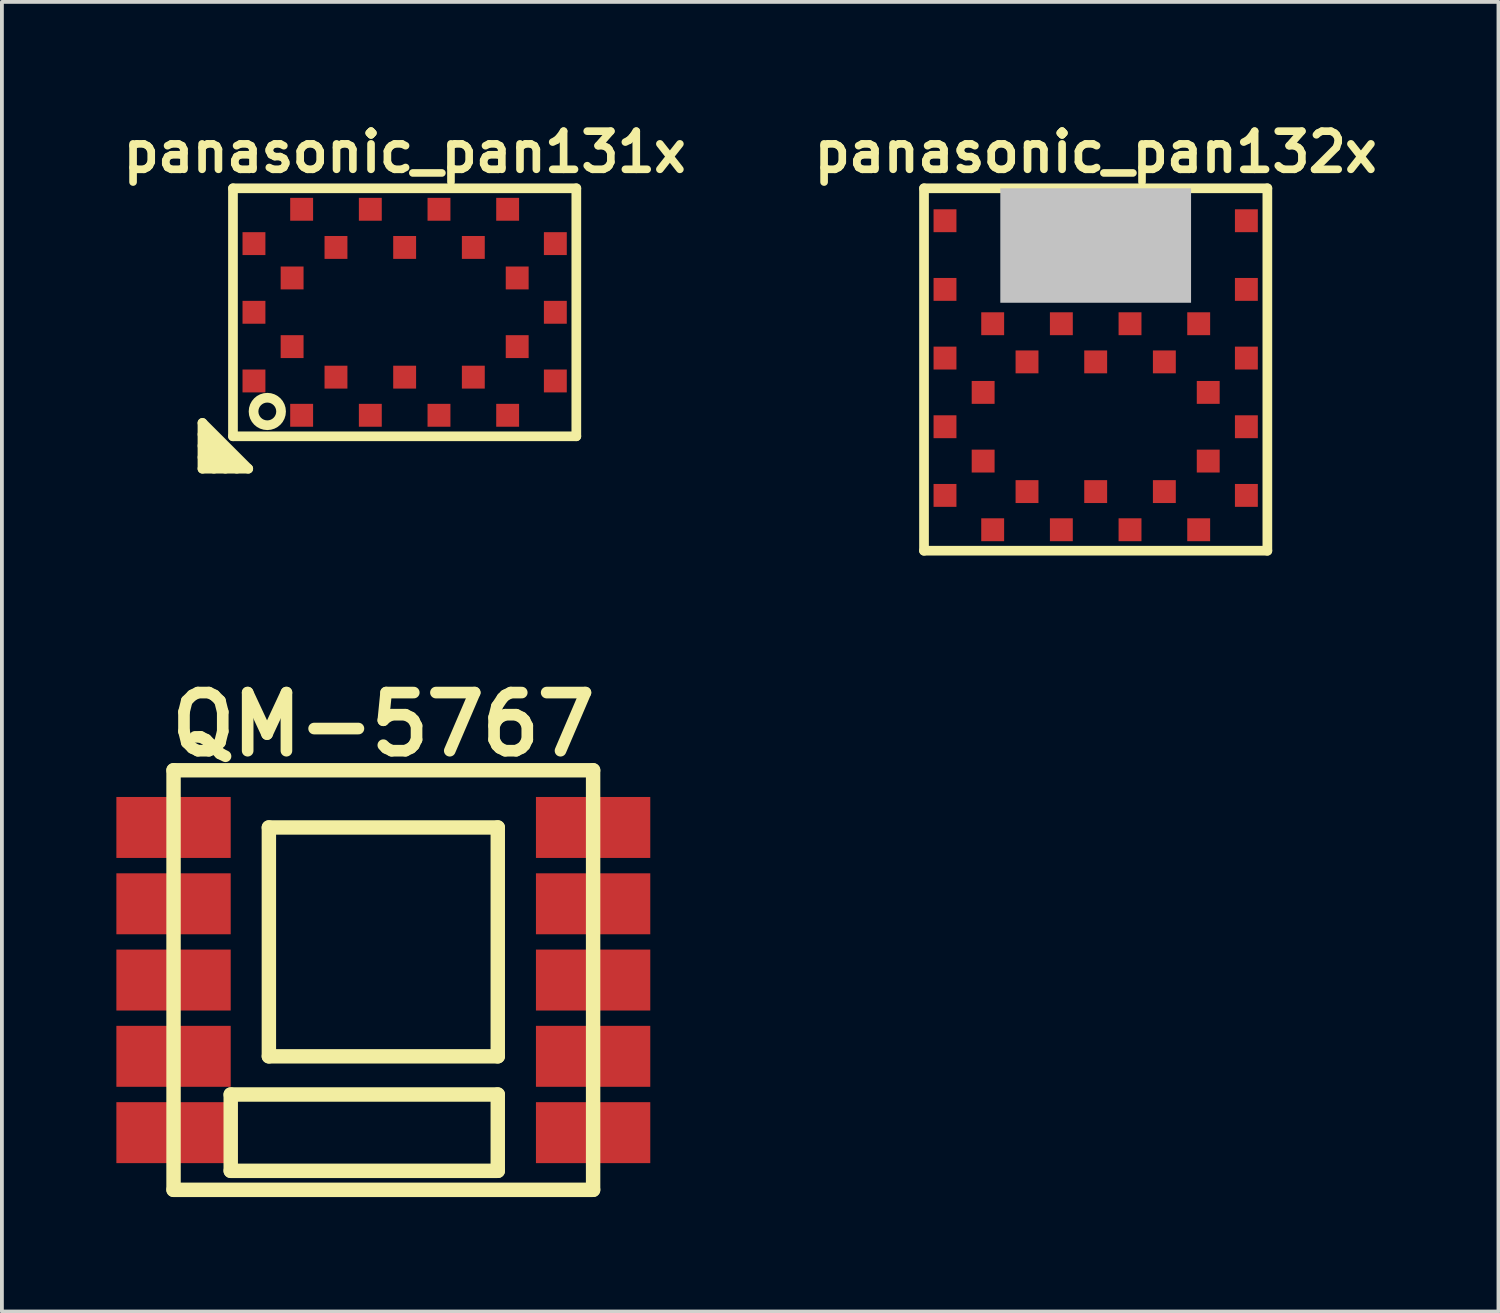
<source format=kicad_pcb>
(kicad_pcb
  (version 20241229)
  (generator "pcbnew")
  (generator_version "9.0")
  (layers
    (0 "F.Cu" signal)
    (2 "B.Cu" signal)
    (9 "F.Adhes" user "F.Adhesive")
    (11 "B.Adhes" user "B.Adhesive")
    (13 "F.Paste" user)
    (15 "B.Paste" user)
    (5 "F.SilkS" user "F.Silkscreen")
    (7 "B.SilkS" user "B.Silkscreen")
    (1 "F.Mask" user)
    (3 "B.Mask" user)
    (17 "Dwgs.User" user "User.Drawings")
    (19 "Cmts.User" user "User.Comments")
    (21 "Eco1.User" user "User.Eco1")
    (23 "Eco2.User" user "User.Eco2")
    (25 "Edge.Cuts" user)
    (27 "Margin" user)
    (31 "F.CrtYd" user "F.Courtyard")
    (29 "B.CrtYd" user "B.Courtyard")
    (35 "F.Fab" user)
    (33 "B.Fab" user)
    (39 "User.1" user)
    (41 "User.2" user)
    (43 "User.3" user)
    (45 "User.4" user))
  (footprint "QM-5767"
    (layer "F.Cu")
    (at 6.998 22.64)
    (property "Reference" "QM-5767" (at 0 -6.701 0) (layer "F.SilkS") (effects (font (size 1.524 1.524) (thickness 0.305))))
    (attr through_hole)
    (fp_line (start -5.499 -5.499) (end 5.499 -5.499) (stroke (width 0.378) (type solid)) (layer "F.SilkS"))
    (fp_line (start -5.499 5.499) (end -5.499 -5.499) (stroke (width 0.378) (type solid)) (layer "F.SilkS"))
    (fp_line (start -4 3) (end -4 5.001) (stroke (width 0.378) (type solid)) (layer "F.SilkS"))
    (fp_line (start -4 5.001) (end 3 5.001) (stroke (width 0.378) (type solid)) (layer "F.SilkS"))
    (fp_line (start -3 -4) (end 3 -4) (stroke (width 0.378) (type solid)) (layer "F.SilkS"))
    (fp_line (start -3 1.999) (end -3 -4) (stroke (width 0.378) (type solid)) (layer "F.SilkS"))
    (fp_line (start 3 -4) (end 3 1.999) (stroke (width 0.378) (type solid)) (layer "F.SilkS"))
    (fp_line (start 3 1.999) (end -3 1.999) (stroke (width 0.378) (type solid)) (layer "F.SilkS"))
    (fp_line (start 3 3) (end -4 3) (stroke (width 0.378) (type solid)) (layer "F.SilkS"))
    (fp_line (start 3 5.001) (end 3 3) (stroke (width 0.378) (type solid)) (layer "F.SilkS"))
    (fp_line (start 5.499 -5.499) (end 5.499 5.499) (stroke (width 0.378) (type solid)) (layer "F.SilkS"))
    (fp_line (start 5.499 5.499) (end -5.499 5.499) (stroke (width 0.378) (type solid)) (layer "F.SilkS"))
    (pad "1" smd rect (at -5.499 -4) (size 2.997 1.598) (layers "F.Cu" "F.Mask" "F.Paste"))
    (pad "2" smd rect (at -5.499 -1.999) (size 2.997 1.598) (layers "F.Cu" "F.Mask" "F.Paste"))
    (pad "3" smd rect (at -5.499 0) (size 2.997 1.598) (layers "F.Cu" "F.Mask" "F.Paste"))
    (pad "4" smd rect (at -5.499 1.999) (size 2.997 1.598) (layers "F.Cu" "F.Mask" "F.Paste"))
    (pad "5" smd rect (at -5.499 4) (size 2.997 1.598) (layers "F.Cu" "F.Mask" "F.Paste"))
    (pad "6" smd rect (at 5.499 4) (size 2.997 1.598) (layers "F.Cu" "F.Mask" "F.Paste"))
    (pad "7" smd rect (at 5.499 1.999) (size 2.997 1.598) (layers "F.Cu" "F.Mask" "F.Paste"))
    (pad "8" smd rect (at 5.499 0) (size 2.997 1.598) (layers "F.Cu" "F.Mask" "F.Paste"))
    (pad "9" smd rect (at 5.499 -1.999) (size 2.997 1.598) (layers "F.Cu" "F.Mask" "F.Paste"))
    (pad "10" smd rect (at 5.499 -4) (size 2.997 1.598) (layers "F.Cu" "F.Mask" "F.Paste")))
  (footprint "panasonic_pan131x"
    (layer "F.Cu")
    (at 7.557 5.136)
    (property "Reference" "panasonic_pan131x" (at 0 -4.2 0) (layer "F.SilkS") (effects (font (size 1 1) (thickness 0.2))))
    (attr through_hole)
    (fp_line (start -5.3 2.9) (end -4.1 4.1) (stroke (width 0.254) (type solid)) (layer "F.SilkS"))
    (fp_line (start -5.3 3.2) (end -4.4 4.1) (stroke (width 0.254) (type solid)) (layer "F.SilkS"))
    (fp_line (start -5.3 3.8) (end -5 4.1) (stroke (width 0.254) (type solid)) (layer "F.SilkS"))
    (fp_line (start -5.3 4.1) (end -5.3 2.9) (stroke (width 0.254) (type solid)) (layer "F.SilkS"))
    (fp_line (start -5.3 4.1) (end -4.1 4.1) (stroke (width 0.254) (type solid)) (layer "F.SilkS"))
    (fp_line (start -4.7 4.1) (end -5.3 3.5) (stroke (width 0.254) (type solid)) (layer "F.SilkS"))
    (fp_line (start -4.5 -3.25) (end -4.5 3.25) (stroke (width 0.254) (type solid)) (layer "F.SilkS"))
    (fp_line (start -4.5 -3.25) (end 4.5 -3.25) (stroke (width 0.254) (type solid)) (layer "F.SilkS"))
    (fp_line (start -4.5 3.25) (end 4.5 3.25) (stroke (width 0.254) (type solid)) (layer "F.SilkS"))
    (fp_line (start 4.5 -3.25) (end 4.5 3.25) (stroke (width 0.254) (type solid)) (layer "F.SilkS"))
    (fp_circle (center -3.6 2.6) (end -3.8 2.9) (stroke (width 0.254) (type solid)) (fill no) (layer "F.SilkS"))
    (pad "1" smd rect (at -2.7 2.7) (size 0.6 0.6) (layers "F.Cu" "F.Mask" "F.Paste"))
    (pad "2" smd rect (at -1.8 1.7) (size 0.6 0.6) (layers "F.Cu" "F.Mask" "F.Paste"))
    (pad "3" smd rect (at -0.9 2.7) (size 0.6 0.6) (layers "F.Cu" "F.Mask" "F.Paste"))
    (pad "4" smd rect (at 0 1.7) (size 0.6 0.6) (layers "F.Cu" "F.Mask" "F.Paste"))
    (pad "5" smd rect (at 0.9 2.7) (size 0.6 0.6) (layers "F.Cu" "F.Mask" "F.Paste"))
    (pad "6" smd rect (at 1.8 1.7) (size 0.6 0.6) (layers "F.Cu" "F.Mask" "F.Paste"))
    (pad "7" smd rect (at 2.7 2.7) (size 0.6 0.6) (layers "F.Cu" "F.Mask" "F.Paste"))
    (pad "8" smd rect (at 3.95 1.8) (size 0.6 0.6) (layers "F.Cu" "F.Mask" "F.Paste"))
    (pad "9" smd rect (at 2.95 0.9) (size 0.6 0.6) (layers "F.Cu" "F.Mask" "F.Paste"))
    (pad "10" smd rect (at 3.95 0) (size 0.6 0.6) (layers "F.Cu" "F.Mask" "F.Paste"))
    (pad "11" smd rect (at 2.95 -0.9) (size 0.6 0.6) (layers "F.Cu" "F.Mask" "F.Paste"))
    (pad "12" smd rect (at 3.95 -1.8) (size 0.6 0.6) (layers "F.Cu" "F.Mask" "F.Paste"))
    (pad "13" smd rect (at 2.7 -2.7) (size 0.6 0.6) (layers "F.Cu" "F.Mask" "F.Paste"))
    (pad "14" smd rect (at 1.8 -1.7) (size 0.6 0.6) (layers "F.Cu" "F.Mask" "F.Paste"))
    (pad "15" smd rect (at 0.9 -2.7) (size 0.6 0.6) (layers "F.Cu" "F.Mask" "F.Paste"))
    (pad "16" smd rect (at 0 -1.7) (size 0.6 0.6) (layers "F.Cu" "F.Mask" "F.Paste"))
    (pad "17" smd rect (at -0.9 -2.7) (size 0.6 0.6) (layers "F.Cu" "F.Mask" "F.Paste"))
    (pad "18" smd rect (at -1.8 -1.7) (size 0.6 0.6) (layers "F.Cu" "F.Mask" "F.Paste"))
    (pad "19" smd rect (at -2.7 -2.7) (size 0.6 0.6) (layers "F.Cu" "F.Mask" "F.Paste"))
    (pad "20" smd rect (at -3.95 -1.8) (size 0.6 0.6) (layers "F.Cu" "F.Mask" "F.Paste"))
    (pad "21" smd rect (at -2.95 -0.9) (size 0.6 0.6) (layers "F.Cu" "F.Mask" "F.Paste"))
    (pad "22" smd rect (at -3.95 0) (size 0.6 0.6) (layers "F.Cu" "F.Mask" "F.Paste"))
    (pad "23" smd rect (at -2.95 0.9) (size 0.6 0.6) (layers "F.Cu" "F.Mask" "F.Paste"))
    (pad "24" smd rect (at -3.95 1.8) (size 0.6 0.6) (layers "F.Cu" "F.Mask" "F.Paste")))
  (footprint "panasonic_pan132x"
    (layer "F.Cu")
    (at 25.671 8.136)
    (property "Reference" "panasonic_pan132x" (at 0 -7.2 0) (layer "F.SilkS") (effects (font (size 1 1) (thickness 0.2))))
    (attr through_hole)
    (fp_line (start -4.5 -6.25) (end -4.5 3.25) (stroke (width 0.254) (type solid)) (layer "F.SilkS"))
    (fp_line (start -4.5 -6.25) (end 4.5 -6.25) (stroke (width 0.254) (type solid)) (layer "F.SilkS"))
    (fp_line (start -4.5 3.25) (end 4.5 3.25) (stroke (width 0.254) (type solid)) (layer "F.SilkS"))
    (fp_line (start 4.5 -6.25) (end 4.5 3.25) (stroke (width 0.254) (type solid)) (layer "F.SilkS"))
    (pad "" smd rect (at 0 -4.75) (size 5 3) (layers "Dwgs.User"))
    (pad "1" smd rect (at -2.7 2.7) (size 0.6 0.6) (layers "F.Cu" "F.Mask" "F.Paste"))
    (pad "2" smd rect (at -1.8 1.7) (size 0.6 0.6) (layers "F.Cu" "F.Mask" "F.Paste"))
    (pad "3" smd rect (at -0.9 2.7) (size 0.6 0.6) (layers "F.Cu" "F.Mask" "F.Paste"))
    (pad "4" smd rect (at 0 1.7) (size 0.6 0.6) (layers "F.Cu" "F.Mask" "F.Paste"))
    (pad "5" smd rect (at 0.9 2.7) (size 0.6 0.6) (layers "F.Cu" "F.Mask" "F.Paste"))
    (pad "6" smd rect (at 1.8 1.7) (size 0.6 0.6) (layers "F.Cu" "F.Mask" "F.Paste"))
    (pad "7" smd rect (at 2.7 2.7) (size 0.6 0.6) (layers "F.Cu" "F.Mask" "F.Paste"))
    (pad "8" smd rect (at 3.95 1.8) (size 0.6 0.6) (layers "F.Cu" "F.Mask" "F.Paste"))
    (pad "9" smd rect (at 2.95 0.9) (size 0.6 0.6) (layers "F.Cu" "F.Mask" "F.Paste"))
    (pad "10" smd rect (at 3.95 0) (size 0.6 0.6) (layers "F.Cu" "F.Mask" "F.Paste"))
    (pad "11" smd rect (at 2.95 -0.9) (size 0.6 0.6) (layers "F.Cu" "F.Mask" "F.Paste"))
    (pad "12" smd rect (at 3.95 -1.8) (size 0.6 0.6) (layers "F.Cu" "F.Mask" "F.Paste"))
    (pad "13" smd rect (at 2.7 -2.7) (size 0.6 0.6) (layers "F.Cu" "F.Mask" "F.Paste"))
    (pad "14" smd rect (at 1.8 -1.7) (size 0.6 0.6) (layers "F.Cu" "F.Mask" "F.Paste"))
    (pad "15" smd rect (at 0.9 -2.7) (size 0.6 0.6) (layers "F.Cu" "F.Mask" "F.Paste"))
    (pad "16" smd rect (at 0 -1.7) (size 0.6 0.6) (layers "F.Cu" "F.Mask" "F.Paste"))
    (pad "17" smd rect (at -0.9 -2.7) (size 0.6 0.6) (layers "F.Cu" "F.Mask" "F.Paste"))
    (pad "18" smd rect (at -1.8 -1.7) (size 0.6 0.6) (layers "F.Cu" "F.Mask" "F.Paste"))
    (pad "19" smd rect (at -2.7 -2.7) (size 0.6 0.6) (layers "F.Cu" "F.Mask" "F.Paste"))
    (pad "20" smd rect (at -3.95 -1.8) (size 0.6 0.6) (layers "F.Cu" "F.Mask" "F.Paste"))
    (pad "21" smd rect (at -2.95 -0.9) (size 0.6 0.6) (layers "F.Cu" "F.Mask" "F.Paste"))
    (pad "22" smd rect (at -3.95 0) (size 0.6 0.6) (layers "F.Cu" "F.Mask" "F.Paste"))
    (pad "23" smd rect (at -2.95 0.9) (size 0.6 0.6) (layers "F.Cu" "F.Mask" "F.Paste"))
    (pad "24" smd rect (at -3.95 1.8) (size 0.6 0.6) (layers "F.Cu" "F.Mask" "F.Paste"))
    (pad "A" smd rect (at -3.95 -3.6) (size 0.6 0.6) (layers "F.Cu" "F.Mask" "F.Paste"))
    (pad "B" smd rect (at 3.95 -3.6) (size 0.6 0.6) (layers "F.Cu" "F.Mask" "F.Paste"))
    (pad "C" smd rect (at -3.95 -5.4) (size 0.6 0.6) (layers "F.Cu" "F.Mask" "F.Paste"))
    (pad "D" smd rect (at 3.95 -5.4) (size 0.6 0.6) (layers "F.Cu" "F.Mask" "F.Paste")))
  (gr_rect
    (start -3 -3)
    (end 36.229 31.328)
    (stroke (width 0.1) (type default))
    (fill no)
    (layer "Edge.Cuts")))
</source>
